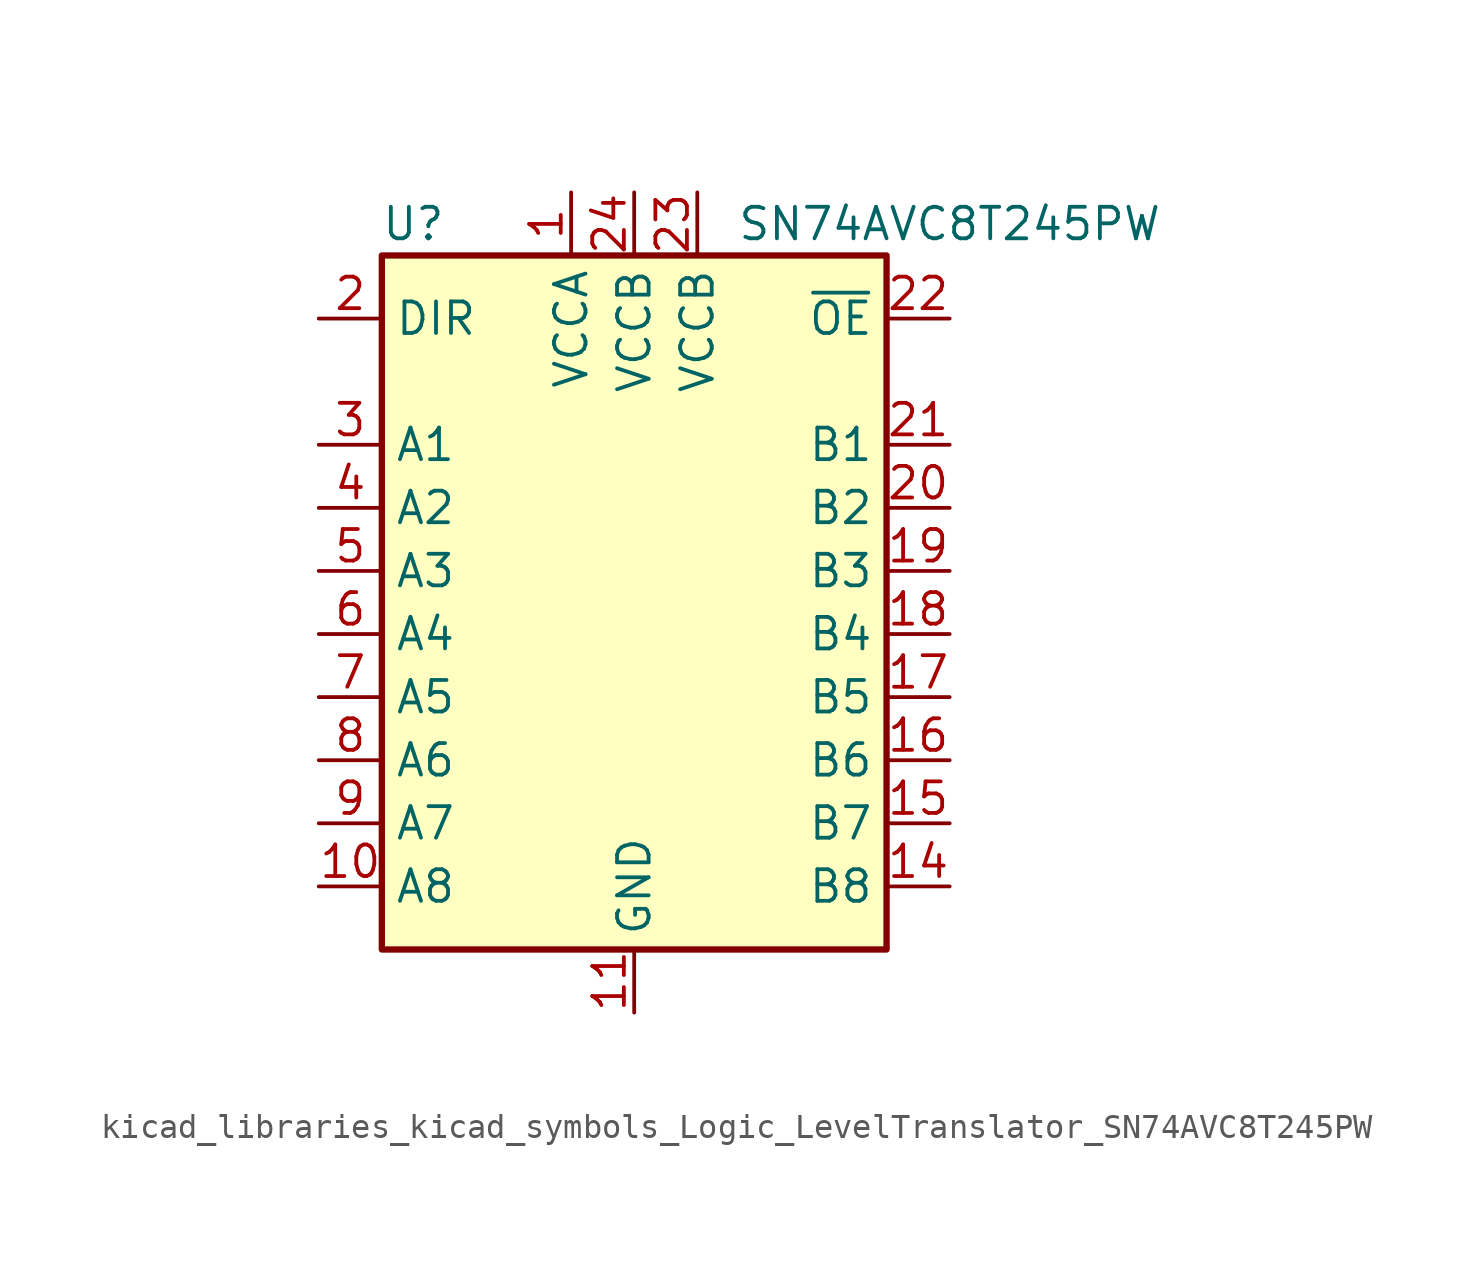
<source format=kicad_sym>
(kicad_symbol_lib
  (version 20220914)
  (generator kicad_symbol_editor)
  (symbol "kicad_libraries_kicad_symbols_Logic_LevelTranslator_SN74AVC8T245PW"
    (property "Reference" "U"
      (at -8.89 13.97 0)
      (effects (font (size 1.27 1.27))))
    (property "Value" "SN74AVC8T245PW"
      (at 12.7 13.97 0)
      (effects (font (size 1.27 1.27))))
    (symbol "kicad_libraries_kicad_symbols_Logic_LevelTranslator_SN74AVC8T245PW_0_1"
      (rectangle (start -10.16 12.7) (end 10.16 -15.24) (stroke (width 0.254) (type default)) (fill (type background))))
    (symbol "kicad_libraries_kicad_symbols_Logic_LevelTranslator_SN74AVC8T245PW_1_1"
      (pin power_in line (at -2.54 15.24 270) (length 2.54) (name "VCCA" (effects (font (size 1.27 1.27)))) (number "1" (effects (font (size 1.27 1.27)))))
      (pin bidirectional line (at -12.7 -12.7 0) (length 2.54) (name "A8" (effects (font (size 1.27 1.27)))) (number "10" (effects (font (size 1.27 1.27)))))
      (pin power_in line (at 0 -17.78 90) (length 2.54) (name "GND" (effects (font (size 1.27 1.27)))) (number "11" (effects (font (size 1.27 1.27)))))
      (pin passive line (at 0 -17.78 90) (length 2.54) hide (name "GND" (effects (font (size 1.27 1.27)))) (number "12" (effects (font (size 1.27 1.27)))))
      (pin passive line (at 0 -17.78 90) (length 2.54) hide (name "GND" (effects (font (size 1.27 1.27)))) (number "13" (effects (font (size 1.27 1.27)))))
      (pin bidirectional line (at 12.7 -12.7 180) (length 2.54) (name "B8" (effects (font (size 1.27 1.27)))) (number "14" (effects (font (size 1.27 1.27)))))
      (pin bidirectional line (at 12.7 -10.16 180) (length 2.54) (name "B7" (effects (font (size 1.27 1.27)))) (number "15" (effects (font (size 1.27 1.27)))))
      (pin bidirectional line (at 12.7 -7.62 180) (length 2.54) (name "B6" (effects (font (size 1.27 1.27)))) (number "16" (effects (font (size 1.27 1.27)))))
      (pin bidirectional line (at 12.7 -5.08 180) (length 2.54) (name "B5" (effects (font (size 1.27 1.27)))) (number "17" (effects (font (size 1.27 1.27)))))
      (pin bidirectional line (at 12.7 -2.54 180) (length 2.54) (name "B4" (effects (font (size 1.27 1.27)))) (number "18" (effects (font (size 1.27 1.27)))))
      (pin bidirectional line (at 12.7 0 180) (length 2.54) (name "B3" (effects (font (size 1.27 1.27)))) (number "19" (effects (font (size 1.27 1.27)))))
      (pin input line (at -12.7 10.16 0) (length 2.54) (name "DIR" (effects (font (size 1.27 1.27)))) (number "2" (effects (font (size 1.27 1.27)))))
      (pin bidirectional line (at 12.7 2.54 180) (length 2.54) (name "B2" (effects (font (size 1.27 1.27)))) (number "20" (effects (font (size 1.27 1.27)))))
      (pin bidirectional line (at 12.7 5.08 180) (length 2.54) (name "B1" (effects (font (size 1.27 1.27)))) (number "21" (effects (font (size 1.27 1.27)))))
      (pin input line (at 12.7 10.16 180) (length 2.54) (name "~{OE}" (effects (font (size 1.27 1.27)))) (number "22" (effects (font (size 1.27 1.27)))))
      (pin power_in line (at 2.54 15.24 270) (length 2.54) (name "VCCB" (effects (font (size 1.27 1.27)))) (number "23" (effects (font (size 1.27 1.27)))))
      (pin power_in line (at 0 15.24 270) (length 2.54) (name "VCCB" (effects (font (size 1.27 1.27)))) (number "24" (effects (font (size 1.27 1.27)))))
      (pin bidirectional line (at -12.7 5.08 0) (length 2.54) (name "A1" (effects (font (size 1.27 1.27)))) (number "3" (effects (font (size 1.27 1.27)))))
      (pin bidirectional line (at -12.7 2.54 0) (length 2.54) (name "A2" (effects (font (size 1.27 1.27)))) (number "4" (effects (font (size 1.27 1.27)))))
      (pin bidirectional line (at -12.7 0 0) (length 2.54) (name "A3" (effects (font (size 1.27 1.27)))) (number "5" (effects (font (size 1.27 1.27)))))
      (pin bidirectional line (at -12.7 -2.54 0) (length 2.54) (name "A4" (effects (font (size 1.27 1.27)))) (number "6" (effects (font (size 1.27 1.27)))))
      (pin bidirectional line (at -12.7 -5.08 0) (length 2.54) (name "A5" (effects (font (size 1.27 1.27)))) (number "7" (effects (font (size 1.27 1.27)))))
      (pin bidirectional line (at -12.7 -7.62 0) (length 2.54) (name "A6" (effects (font (size 1.27 1.27)))) (number "8" (effects (font (size 1.27 1.27)))))
      (pin bidirectional line (at -12.7 -10.16 0) (length 2.54) (name "A7" (effects (font (size 1.27 1.27)))) (number "9" (effects (font (size 1.27 1.27))))))))
</source>
